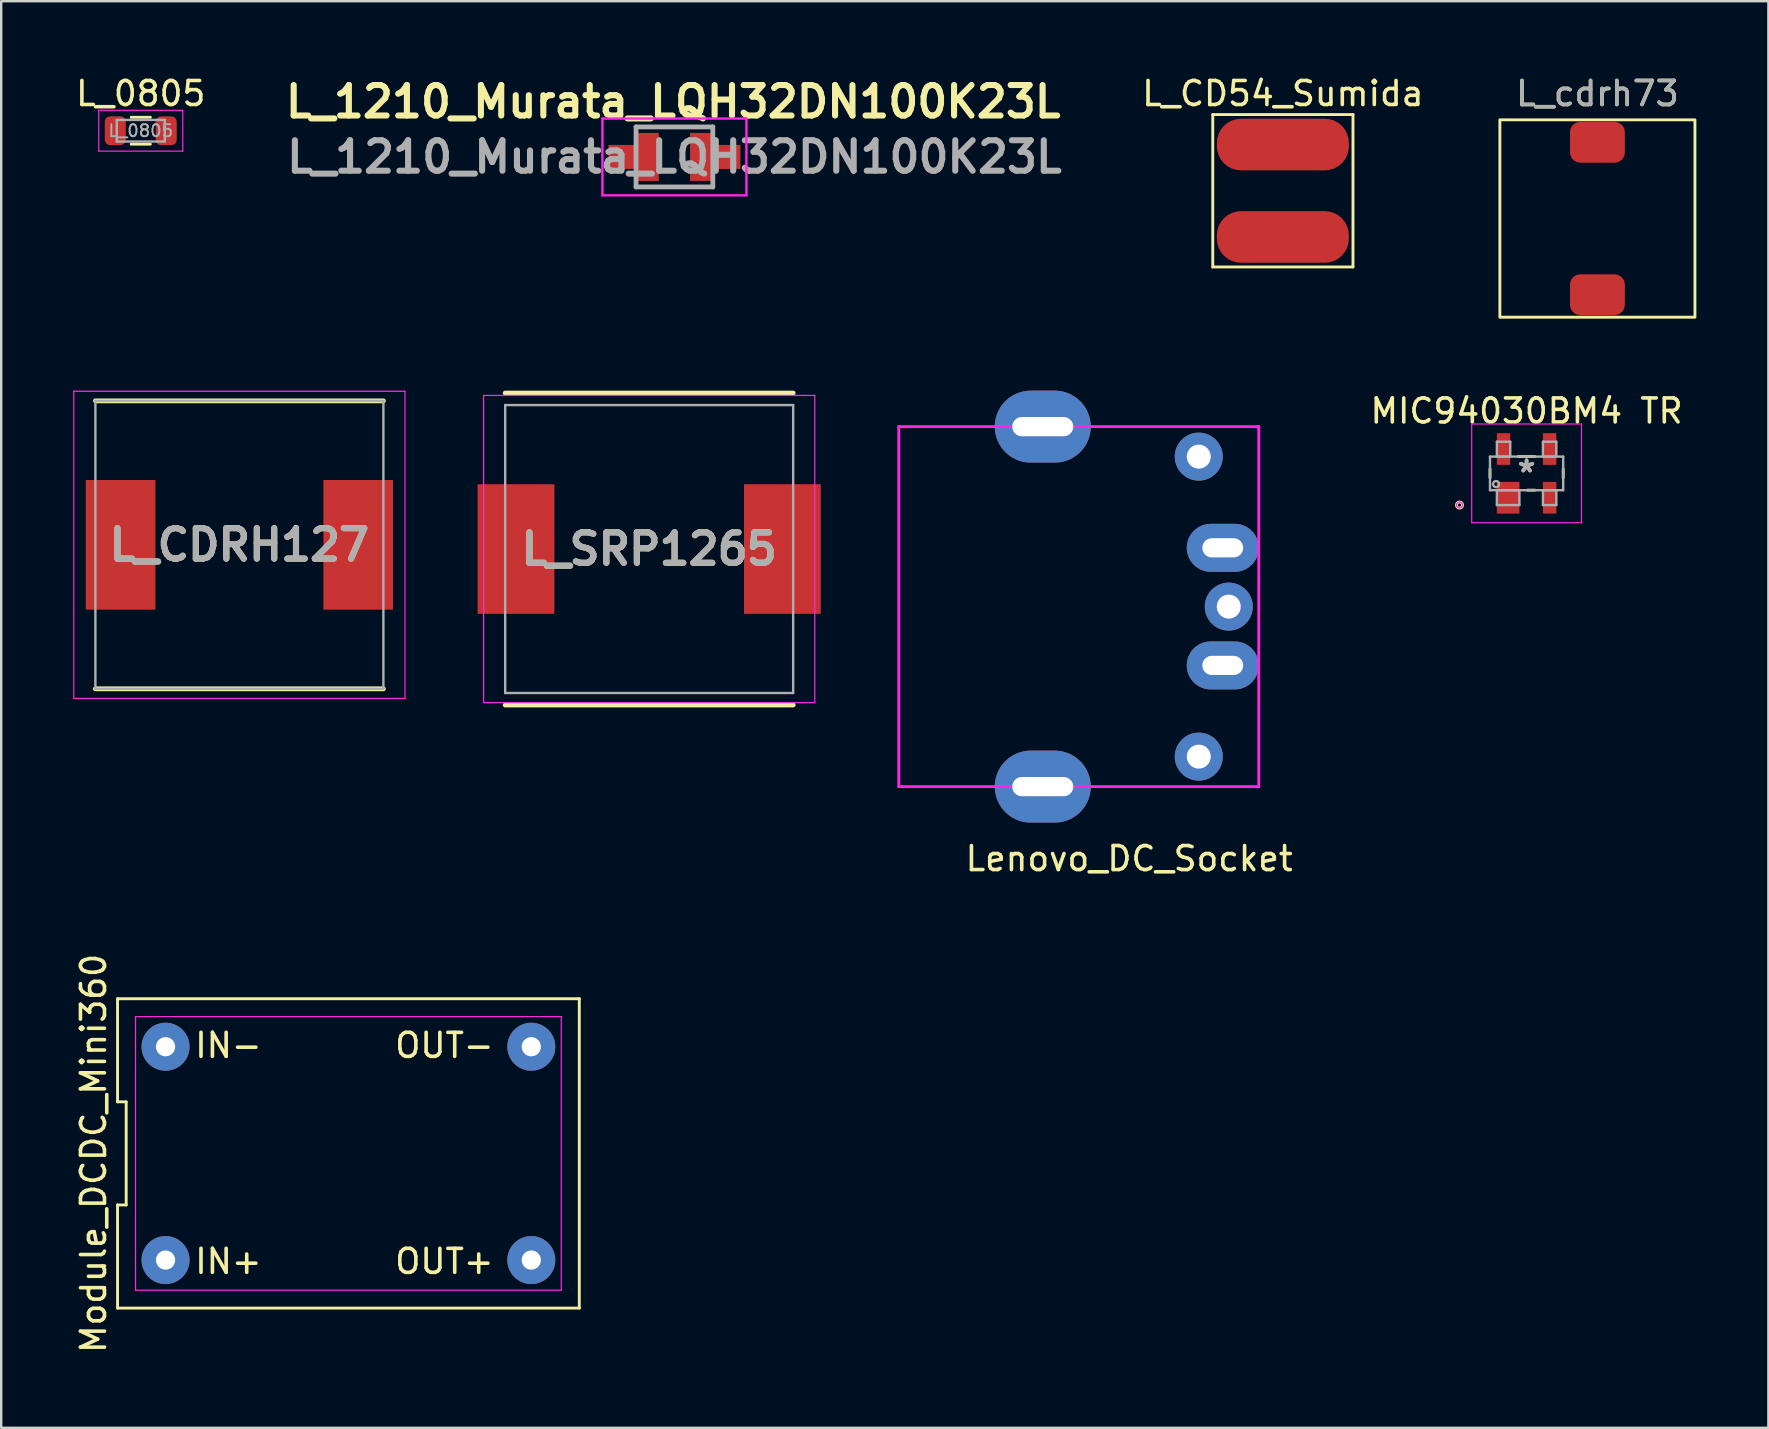
<source format=kicad_pcb>
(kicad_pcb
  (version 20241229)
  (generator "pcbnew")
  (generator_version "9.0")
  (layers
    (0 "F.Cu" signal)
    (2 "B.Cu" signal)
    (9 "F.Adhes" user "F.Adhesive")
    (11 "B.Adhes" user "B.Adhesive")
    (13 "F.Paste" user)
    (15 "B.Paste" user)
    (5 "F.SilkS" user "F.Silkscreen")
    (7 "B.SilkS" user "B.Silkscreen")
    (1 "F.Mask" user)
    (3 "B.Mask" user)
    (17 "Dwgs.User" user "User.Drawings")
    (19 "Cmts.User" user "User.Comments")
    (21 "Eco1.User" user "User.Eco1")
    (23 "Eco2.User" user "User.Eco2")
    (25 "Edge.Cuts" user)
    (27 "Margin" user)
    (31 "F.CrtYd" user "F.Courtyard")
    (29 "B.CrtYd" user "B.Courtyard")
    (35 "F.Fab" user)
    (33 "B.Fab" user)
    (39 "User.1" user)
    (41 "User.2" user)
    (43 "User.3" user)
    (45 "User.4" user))
  (footprint "L_1210_Murata_LQH32DN100K23L"
    (layer "F.Cu")
    (at 25.052 3.489)
    (property "Reference" "L_1210_Murata_LQH32DN100K23L" (at -0.05 -2.3 0) (layer "F.SilkS") (effects (font (size 1.27 1.27) (thickness 0.254))))
    (attr smd)
    (fp_line (start -1.6 -1.25) (end 1.5 -1.25) (stroke (width 0.1) (type solid)) (layer "F.SilkS"))
    (fp_line (start -1.5 1.25) (end 1.6 1.25) (stroke (width 0.1) (type solid)) (layer "F.SilkS"))
    (fp_line (start -3 -1.6) (end 3 -1.6) (stroke (width 0.1) (type solid)) (layer "F.CrtYd"))
    (fp_line (start -3 1.6) (end -3 -1.6) (stroke (width 0.1) (type solid)) (layer "F.CrtYd"))
    (fp_line (start 3 -1.6) (end 3 1.6) (stroke (width 0.1) (type solid)) (layer "F.CrtYd"))
    (fp_line (start 3 1.6) (end -3 1.6) (stroke (width 0.1) (type solid)) (layer "F.CrtYd"))
    (fp_line (start -1.6 -1.25) (end 1.6 -1.25) (stroke (width 0.2) (type solid)) (layer "F.Fab"))
    (fp_line (start -1.6 1.25) (end -1.6 -1.25) (stroke (width 0.2) (type solid)) (layer "F.Fab"))
    (fp_line (start 1.6 -1.25) (end 1.6 1.25) (stroke (width 0.2) (type solid)) (layer "F.Fab"))
    (fp_line (start 1.6 1.25) (end -1.6 1.25) (stroke (width 0.2) (type solid)) (layer "F.Fab"))
    (fp_text user "${REFERENCE}" (at 0 0 0) (layer "F.Fab") (effects (font (size 1.27 1.27) (thickness 0.254))))
    (pad "1" smd rect (at -2.2 0 90) (size 1 1.1) (layers "F.Cu" "F.Mask" "F.Paste"))
    (pad "1" smd rect (at -1.15 0) (size 1 2) (layers "F.Cu" "F.Mask" "F.Paste"))
    (pad "2" smd rect (at 1.15 0) (size 1 2) (layers "F.Cu" "F.Mask" "F.Paste"))
    (pad "2" smd rect (at 2.2 0 90) (size 1 1.1) (layers "F.Cu" "F.Mask" "F.Paste")))
  (footprint "Module_DCDC_Mini360"
    (layer "F.Cu")
    (at 11.468 45.01)
    (property "Reference" "Module_DCDC_Mini360" (at -10.62 0 90) (layer "F.SilkS") (effects (font (size 1 1) (thickness 0.15))))
    (attr through_hole)
    (fp_line (start -9.62 -6.445) (end -9.62 -2.148) (stroke (width 0.12) (type solid)) (layer "F.SilkS"))
    (fp_line (start -9.62 -2.148) (end -9.26 -2.148) (stroke (width 0.12) (type solid)) (layer "F.SilkS"))
    (fp_line (start -9.62 2.148) (end -9.62 6.445) (stroke (width 0.12) (type solid)) (layer "F.SilkS"))
    (fp_line (start -9.62 6.445) (end 9.62 6.445) (stroke (width 0.12) (type solid)) (layer "F.SilkS"))
    (fp_line (start -9.26 -2.148) (end -9.26 2.148) (stroke (width 0.12) (type solid)) (layer "F.SilkS"))
    (fp_line (start -9.26 2.148) (end -9.62 2.148) (stroke (width 0.12) (type solid)) (layer "F.SilkS"))
    (fp_line (start 9.62 -6.445) (end -9.62 -6.445) (stroke (width 0.12) (type solid)) (layer "F.SilkS"))
    (fp_line (start 9.62 6.445) (end 9.62 -6.445) (stroke (width 0.12) (type solid)) (layer "F.SilkS"))
    (fp_line (start -8.87 -5.7) (end 8.87 -5.7) (stroke (width 0.05) (type solid)) (layer "F.CrtYd"))
    (fp_line (start -8.87 5.7) (end -8.87 -5.7) (stroke (width 0.05) (type solid)) (layer "F.CrtYd"))
    (fp_line (start 8.87 -5.7) (end 8.87 5.7) (stroke (width 0.05) (type solid)) (layer "F.CrtYd"))
    (fp_line (start 8.87 5.7) (end -8.87 5.7) (stroke (width 0.05) (type solid)) (layer "F.CrtYd"))
    (fp_text user "IN+" (at -5 4.5 0) (layer "F.SilkS") (effects (font (size 1 1) (thickness 0.15))))
    (fp_text user "OUT+" (at 4 4.5 0) (layer "F.SilkS") (effects (font (size 1 1) (thickness 0.15))))
    (fp_text user "OUT-" (at 4 -4.5 0) (layer "F.SilkS") (effects (font (size 1 1) (thickness 0.15))))
    (fp_text user "IN-" (at -5 -4.5 0) (layer "F.SilkS") (effects (font (size 1 1) (thickness 0.15))))
    (pad "1" thru_hole circle (at -7.62 -4.445) (size 2 2) (drill 0.8) (layers "*.Cu" "*.Mask"))
    (pad "2" thru_hole circle (at -7.62 4.445) (size 2 2) (drill 0.8) (layers "*.Cu" "*.Mask"))
    (pad "3" thru_hole circle (at 7.62 -4.445) (size 2 2) (drill 0.8) (layers "*.Cu" "*.Mask"))
    (pad "4" thru_hole circle (at 7.62 4.445) (size 2 2) (drill 0.8) (layers "*.Cu" "*.Mask")))
  (footprint "L_CDRH127"
    (layer "F.Cu")
    (at 6.925 19.652)
    (property "Reference" "L_CDRH127" (at 0 0 0) (layer "F.SilkS") (effects (font (size 1.27 1.27) (thickness 0.254))))
    (attr smd)
    (fp_line (start -6 6) (end 6 6) (stroke (width 0.2) (type solid)) (layer "F.SilkS"))
    (fp_line (start 6 -6) (end -6 -6) (stroke (width 0.2) (type solid)) (layer "F.SilkS"))
    (fp_line (start -6.9 -6.4) (end 6.9 -6.4) (stroke (width 0.05) (type solid)) (layer "F.CrtYd"))
    (fp_line (start -6.9 6.4) (end -6.9 -6.4) (stroke (width 0.05) (type solid)) (layer "F.CrtYd"))
    (fp_line (start 6.9 -6.4) (end 6.9 6.4) (stroke (width 0.05) (type solid)) (layer "F.CrtYd"))
    (fp_line (start 6.9 6.4) (end -6.9 6.4) (stroke (width 0.05) (type solid)) (layer "F.CrtYd"))
    (fp_line (start -6 -6) (end 6 -6) (stroke (width 0.1) (type solid)) (layer "F.Fab"))
    (fp_line (start -6 6) (end -6 -6) (stroke (width 0.1) (type solid)) (layer "F.Fab"))
    (fp_line (start 6 -6) (end 6 6) (stroke (width 0.1) (type solid)) (layer "F.Fab"))
    (fp_line (start 6 6) (end -6 6) (stroke (width 0.1) (type solid)) (layer "F.Fab"))
    (fp_text user "${REFERENCE}" (at 0 0 0) (layer "F.Fab") (effects (font (size 1.27 1.27) (thickness 0.254))))
    (pad "1" smd rect (at -4.95 0) (size 2.9 5.4) (layers "F.Cu" "F.Mask" "F.Paste"))
    (pad "2" smd rect (at 4.95 0) (size 2.9 5.4) (layers "F.Cu" "F.Mask" "F.Paste")))
  (footprint "Lenovo_DC_Socket"
    (layer "F.Cu")
    (at 34.4 29.727)
    (property "Reference" "Lenovo_DC_Socket" (at 9.6 3 0) (layer "F.SilkS") (effects (font (size 1 1) (thickness 0.15))))
    (attr through_hole)
    (fp_line (start 0 -15) (end 15 -15) (stroke (width 0.12) (type solid)) (layer "F.CrtYd"))
    (fp_line (start 0 0) (end 0 -15) (stroke (width 0.12) (type solid)) (layer "F.CrtYd"))
    (fp_line (start 0 0) (end 15 0) (stroke (width 0.12) (type solid)) (layer "F.CrtYd"))
    (fp_line (start 15 -15) (end 15 0) (stroke (width 0.12) (type solid)) (layer "F.CrtYd"))
    (pad "1" thru_hole oval (at 6 -15) (size 4 3) (drill oval 2.54 0.8) (layers "*.Cu" "*.Mask"))
    (pad "1" thru_hole oval (at 6 0) (size 4 3) (drill oval 2.54 0.8) (layers "*.Cu" "*.Mask"))
    (pad "1" thru_hole circle (at 12.5 -13.75) (size 2 2) (drill 1) (layers "*.Cu" "*.Mask"))
    (pad "1" thru_hole circle (at 12.5 -1.25) (size 2 2) (drill 1) (layers "*.Cu" "*.Mask"))
    (pad "2" thru_hole oval (at 13.5 -9.95) (size 3 2) (drill oval 1.7 0.8) (layers "*.Cu" "*.Mask"))
    (pad "3" thru_hole oval (at 13.5 -5.05) (size 3 2) (drill oval 1.7 0.8) (layers "*.Cu" "*.Mask"))
    (pad "4" thru_hole oval (at 13.75 -7.5) (size 2 2) (drill oval 1) (layers "*.Cu" "*.Mask")))
  (footprint "L_0805"
    (layer "F.Cu")
    (at 2.815 2.398)
    (property "Reference" "L_0805" (at 0 -1.55 0) (layer "F.SilkS") (effects (font (size 1 1) (thickness 0.15))))
    (attr smd)
    (fp_line (start -0.4 -0.56) (end 0.4 -0.56) (stroke (width 0.12) (type solid)) (layer "F.SilkS"))
    (fp_line (start -0.4 0.56) (end 0.4 0.56) (stroke (width 0.12) (type solid)) (layer "F.SilkS"))
    (fp_line (start -1.75 -0.85) (end 1.75 -0.85) (stroke (width 0.05) (type solid)) (layer "F.CrtYd"))
    (fp_line (start -1.75 0.85) (end -1.75 -0.85) (stroke (width 0.05) (type solid)) (layer "F.CrtYd"))
    (fp_line (start 1.75 -0.85) (end 1.75 0.85) (stroke (width 0.05) (type solid)) (layer "F.CrtYd"))
    (fp_line (start 1.75 0.85) (end -1.75 0.85) (stroke (width 0.05) (type solid)) (layer "F.CrtYd"))
    (fp_line (start -1 -0.45) (end 1 -0.45) (stroke (width 0.1) (type solid)) (layer "F.Fab"))
    (fp_line (start -1 0.45) (end -1 -0.45) (stroke (width 0.1) (type solid)) (layer "F.Fab"))
    (fp_line (start 1 -0.45) (end 1 0.45) (stroke (width 0.1) (type solid)) (layer "F.Fab"))
    (fp_line (start 1 0.45) (end -1 0.45) (stroke (width 0.1) (type solid)) (layer "F.Fab"))
    (fp_text user "${REFERENCE}" (at 0 0 0) (layer "F.Fab") (effects (font (size 0.5 0.5) (thickness 0.08))))
    (pad "1" smd roundrect (at -1.062 0) (size 0.875 1.2) (layers "F.Cu" "F.Mask" "F.Paste") (roundrect_rratio 0.25))
    (pad "2" smd roundrect (at 1.062 0) (size 0.875 1.2) (layers "F.Cu" "F.Mask" "F.Paste") (roundrect_rratio 0.25)))
  (footprint "L_CD54_Sumida"
    (layer "F.Cu")
    (at 50.405 4.898)
    (property "Reference" "L_CD54_Sumida" (at 0 -4.05 0) (layer "F.SilkS") (effects (font (size 1 1) (thickness 0.15))))
    (attr through_hole)
    (fp_line (start -2.921 -3.175) (end 2.921 -3.175) (stroke (width 0.12) (type solid)) (layer "F.SilkS"))
    (fp_line (start -2.921 3.175) (end -2.921 -3.175) (stroke (width 0.12) (type solid)) (layer "F.SilkS"))
    (fp_line (start 2.921 -3.175) (end 2.921 3.175) (stroke (width 0.12) (type solid)) (layer "F.SilkS"))
    (fp_line (start 2.921 3.175) (end -2.921 3.175) (stroke (width 0.12) (type solid)) (layer "F.SilkS"))
    (pad "1" smd roundrect (at 0 -1.925) (size 5.5 2.15) (layers "F.Cu" "F.Mask" "F.Paste") (roundrect_rratio 0.465))
    (pad "2" smd roundrect (at 0 1.925) (size 5.5 2.15) (layers "F.Cu" "F.Mask" "F.Paste") (roundrect_rratio 0.465)))
  (footprint "L_SRP1265"
    (layer "F.Cu")
    (at 24 19.827)
    (property "Reference" "L_SRP1265" (at 0 0 0) (layer "F.SilkS") (effects (font (size 1.27 1.27) (thickness 0.254))))
    (attr smd)
    (fp_line (start -6 6.5) (end 6 6.5) (stroke (width 0.2) (type solid)) (layer "F.SilkS"))
    (fp_line (start 6 -6.5) (end -6 -6.5) (stroke (width 0.2) (type solid)) (layer "F.SilkS"))
    (fp_line (start -6.9 -6.4) (end 6.9 -6.4) (stroke (width 0.05) (type solid)) (layer "F.CrtYd"))
    (fp_line (start -6.9 6.4) (end -6.9 -6.4) (stroke (width 0.05) (type solid)) (layer "F.CrtYd"))
    (fp_line (start 6.9 -6.4) (end 6.9 6.4) (stroke (width 0.05) (type solid)) (layer "F.CrtYd"))
    (fp_line (start 6.9 6.4) (end -6.9 6.4) (stroke (width 0.05) (type solid)) (layer "F.CrtYd"))
    (fp_line (start -6 -6) (end 6 -6) (stroke (width 0.1) (type solid)) (layer "F.Fab"))
    (fp_line (start -6 6) (end -6 -6) (stroke (width 0.1) (type solid)) (layer "F.Fab"))
    (fp_line (start 6 -6) (end 6 6) (stroke (width 0.1) (type solid)) (layer "F.Fab"))
    (fp_line (start 6 6) (end -6 6) (stroke (width 0.1) (type solid)) (layer "F.Fab"))
    (fp_text user "${REFERENCE}" (at 0 0 0) (layer "F.Fab") (effects (font (size 1.27 1.27) (thickness 0.254))))
    (pad "1" smd rect (at -5.55 0) (size 3.2 5.4) (layers "F.Cu" "F.Mask" "F.Paste"))
    (pad "2" smd rect (at 5.55 0) (size 3.2 5.4) (layers "F.Cu" "F.Mask" "F.Paste")))
  (footprint "L_cdrh73"
    (layer "F.Cu")
    (at 63.511 6.182)
    (property "Reference" "L_cdrh73" (at 0 -5.334 0) (unlocked yes) (layer "F.SilkS") (effects (font (size 1 1) (thickness 0.15))))
    (attr smd)
    (fp_rect (start 4.064 -4.239) (end -4.064 3.985) (stroke (width 0.12) (type solid)) (fill no) (layer "F.SilkS"))
    (fp_text user "${REFERENCE}" (at 0 -5.334 0) (unlocked yes) (layer "F.Fab") (effects (font (size 1 1) (thickness 0.15))))
    (pad "1" smd roundrect (at 0 -3.302) (size 2.286 1.7) (layers "F.Cu" "F.Mask" "F.Paste") (roundrect_rratio 0.25))
    (pad "2" smd roundrect (at 0 3.048) (size 2.286 1.7) (layers "F.Cu" "F.Mask" "F.Paste") (roundrect_rratio 0.25)))
  (footprint "MIC94030BM4 TR"
    (layer "F.Cu")
    (at 60.56 16.675)
    (property "Reference" "MIC94030BM4 TR" (at 0 -2.6 0) (layer "F.SilkS") (effects (font (size 1 1) (thickness 0.15))))
    (attr through_hole)
    (fp_line (start -1.525 0.184) (end -1.525 -0.184) (stroke (width 0.12) (type solid)) (layer "F.SilkS"))
    (fp_line (start -0.348 -0.7) (end 0.348 -0.7) (stroke (width 0.12) (type solid)) (layer "F.SilkS"))
    (fp_line (start 0.348 0.7) (end 0.033 0.7) (stroke (width 0.12) (type solid)) (layer "F.SilkS"))
    (fp_line (start 1.525 -0.184) (end 1.525 0.184) (stroke (width 0.12) (type solid)) (layer "F.SilkS"))
    (fp_circle (center -2.795 1.32) (end -2.668 1.32) (stroke (width 0.12) (type solid)) (fill no) (layer "F.SilkS"))
    (fp_line (start -2.287 -2.057) (end 2.287 -2.057) (stroke (width 0.05) (type solid)) (layer "F.CrtYd"))
    (fp_line (start -2.287 2.057) (end -2.287 -2.057) (stroke (width 0.05) (type solid)) (layer "F.CrtYd"))
    (fp_line (start 2.287 -2.057) (end 2.287 2.057) (stroke (width 0.05) (type solid)) (layer "F.CrtYd"))
    (fp_line (start 2.287 2.057) (end -2.287 2.057) (stroke (width 0.05) (type solid)) (layer "F.CrtYd"))
    (fp_circle (center -2.795 1.32) (end -2.668 1.32) (stroke (width 0.05) (type solid)) (fill no) (layer "F.CrtYd"))
    (fp_line (start -1.525 -0.7) (end 1.525 -0.7) (stroke (width 0.1) (type solid)) (layer "F.Fab"))
    (fp_line (start -1.525 0.7) (end -1.525 -0.7) (stroke (width 0.1) (type solid)) (layer "F.Fab"))
    (fp_line (start -1.239 -1.32) (end -1.239 -0.7) (stroke (width 0.1) (type solid)) (layer "F.Fab"))
    (fp_line (start -1.239 -0.7) (end -0.681 -0.7) (stroke (width 0.1) (type solid)) (layer "F.Fab"))
    (fp_line (start -1.239 0.7) (end -1.239 1.32) (stroke (width 0.1) (type solid)) (layer "F.Fab"))
    (fp_line (start -1.239 1.32) (end -0.3 1.32) (stroke (width 0.1) (type solid)) (layer "F.Fab"))
    (fp_line (start -0.681 -1.32) (end -1.239 -1.32) (stroke (width 0.1) (type solid)) (layer "F.Fab"))
    (fp_line (start -0.681 -0.7) (end -0.681 -1.32) (stroke (width 0.1) (type solid)) (layer "F.Fab"))
    (fp_line (start -0.3 0.7) (end -1.239 0.7) (stroke (width 0.1) (type solid)) (layer "F.Fab"))
    (fp_line (start -0.3 1.32) (end -0.3 0.7) (stroke (width 0.1) (type solid)) (layer "F.Fab"))
    (fp_line (start 0.681 -1.32) (end 0.681 -0.7) (stroke (width 0.1) (type solid)) (layer "F.Fab"))
    (fp_line (start 0.681 -0.7) (end 1.239 -0.7) (stroke (width 0.1) (type solid)) (layer "F.Fab"))
    (fp_line (start 0.681 0.7) (end 0.681 1.32) (stroke (width 0.1) (type solid)) (layer "F.Fab"))
    (fp_line (start 0.681 1.32) (end 1.239 1.32) (stroke (width 0.1) (type solid)) (layer "F.Fab"))
    (fp_line (start 1.239 -1.32) (end 0.681 -1.32) (stroke (width 0.1) (type solid)) (layer "F.Fab"))
    (fp_line (start 1.239 -0.7) (end 1.239 -1.32) (stroke (width 0.1) (type solid)) (layer "F.Fab"))
    (fp_line (start 1.239 0.7) (end 0.681 0.7) (stroke (width 0.1) (type solid)) (layer "F.Fab"))
    (fp_line (start 1.239 1.32) (end 1.239 0.7) (stroke (width 0.1) (type solid)) (layer "F.Fab"))
    (fp_line (start 1.525 -0.7) (end 1.525 0.7) (stroke (width 0.1) (type solid)) (layer "F.Fab"))
    (fp_line (start 1.525 0.7) (end -1.525 0.7) (stroke (width 0.1) (type solid)) (layer "F.Fab"))
    (fp_circle (center -1.271 0.446) (end -1.144 0.446) (stroke (width 0.1) (type solid)) (fill no) (layer "F.Fab"))
    (fp_text user "*" (at 0 0 0) (layer "F.SilkS") (effects (font (size 1 1) (thickness 0.15))))
    (fp_text user "Copyright 2021 Accelerated Designs. All rights reserved." (at 0 0 0) (layer "Cmts.User") (effects (font (size 0.127 0.127) (thickness 0.002))))
    (fp_text user "*" (at 0 0 0) (layer "F.Fab") (effects (font (size 1 1) (thickness 0.15))))
    (pad "1" smd rect (at -0.769 1.015) (size 0.94 1.321) (layers "F.Cu" "F.Mask" "F.Paste"))
    (pad "2" smd rect (at 0.96 1.015) (size 0.559 1.321) (layers "F.Cu" "F.Mask" "F.Paste"))
    (pad "3" smd rect (at 0.96 -1.015) (size 0.559 1.321) (layers "F.Cu" "F.Mask" "F.Paste"))
    (pad "4" smd rect (at -0.96 -1.015) (size 0.559 1.321) (layers "F.Cu" "F.Mask" "F.Paste")))
  (gr_rect
    (start -3 -3)
    (end 70.635 56.445)
    (stroke (width 0.1) (type default))
    (fill no)
    (layer "Edge.Cuts")))
</source>
